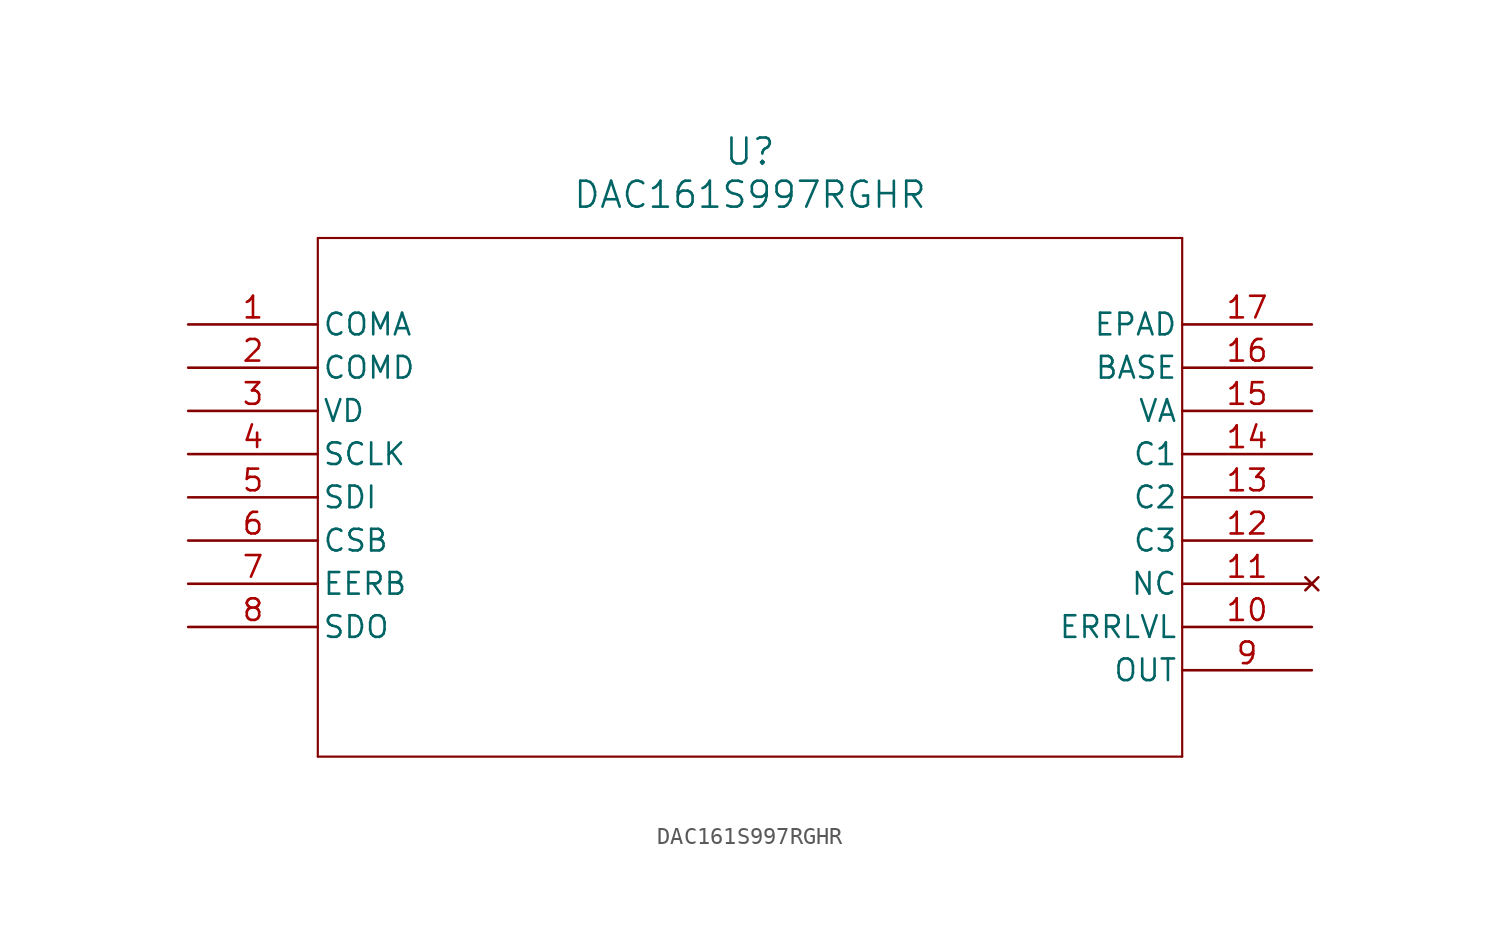
<source format=kicad_sym>
(kicad_symbol_lib
  (version 20211014)
  (generator kicad_symbol_editor)
  (symbol "DAC161S997RGHR"
    (pin_names
      (offset 0.254))
    (property "Reference" "U"
      (at 33.02 10.16 0)
      (effects (font (size 1.524 1.524))))
    (property "Value" "DAC161S997RGHR"
      (at 33.02 7.62 0)
      (effects (font (size 1.524 1.524))))
    (symbol "DAC161S997RGHR_0_1"
      (polyline (pts (xy 7.62 5.08) (xy 7.62 -25.4)) (stroke (width 0.127) (type default) (color 0 0 0 0)) (fill (type none)))
      (polyline (pts (xy 7.62 -25.4) (xy 58.42 -25.4)) (stroke (width 0.127) (type default) (color 0 0 0 0)) (fill (type none)))
      (polyline (pts (xy 58.42 -25.4) (xy 58.42 5.08)) (stroke (width 0.127) (type default) (color 0 0 0 0)) (fill (type none)))
      (polyline (pts (xy 58.42 5.08) (xy 7.62 5.08)) (stroke (width 0.127) (type default) (color 0 0 0 0)) (fill (type none)))
      (pin power_in line (at 0 0 0) (length 7.62) (name "COMA" (effects (font (size 1.27 1.27)))) (number "1" (effects (font (size 1.27 1.27)))))
      (pin power_in line (at 0 -2.54 0) (length 7.62) (name "COMD" (effects (font (size 1.27 1.27)))) (number "2" (effects (font (size 1.27 1.27)))))
      (pin power_in line (at 0 -5.08 0) (length 7.62) (name "VD" (effects (font (size 1.27 1.27)))) (number "3" (effects (font (size 1.27 1.27)))))
      (pin input line (at 0 -7.62 0) (length 7.62) (name "SCLK" (effects (font (size 1.27 1.27)))) (number "4" (effects (font (size 1.27 1.27)))))
      (pin input line (at 0 -10.16 0) (length 7.62) (name "SDI" (effects (font (size 1.27 1.27)))) (number "5" (effects (font (size 1.27 1.27)))))
      (pin input line (at 0 -12.7 0) (length 7.62) (name "CSB" (effects (font (size 1.27 1.27)))) (number "6" (effects (font (size 1.27 1.27)))))
      (pin output line (at 0 -15.24 0) (length 7.62) (name "EERB" (effects (font (size 1.27 1.27)))) (number "7" (effects (font (size 1.27 1.27)))))
      (pin output line (at 0 -17.78 0) (length 7.62) (name "SDO" (effects (font (size 1.27 1.27)))) (number "8" (effects (font (size 1.27 1.27)))))
      (pin output line (at 66.04 -20.32 180) (length 7.62) (name "OUT" (effects (font (size 1.27 1.27)))) (number "9" (effects (font (size 1.27 1.27)))))
      (pin input line (at 66.04 -17.78 180) (length 7.62) (name "ERRLVL" (effects (font (size 1.27 1.27)))) (number "10" (effects (font (size 1.27 1.27)))))
      (pin no_connect line (at 66.04 -15.24 180) (length 7.62) (name "NC" (effects (font (size 1.27 1.27)))) (number "11" (effects (font (size 1.27 1.27)))))
      (pin unspecified line (at 66.04 -12.7 180) (length 7.62) (name "C3" (effects (font (size 1.27 1.27)))) (number "12" (effects (font (size 1.27 1.27)))))
      (pin unspecified line (at 66.04 -10.16 180) (length 7.62) (name "C2" (effects (font (size 1.27 1.27)))) (number "13" (effects (font (size 1.27 1.27)))))
      (pin unspecified line (at 66.04 -7.62 180) (length 7.62) (name "C1" (effects (font (size 1.27 1.27)))) (number "14" (effects (font (size 1.27 1.27)))))
      (pin power_in line (at 66.04 -5.08 180) (length 7.62) (name "VA" (effects (font (size 1.27 1.27)))) (number "15" (effects (font (size 1.27 1.27)))))
      (pin unspecified line (at 66.04 -2.54 180) (length 7.62) (name "BASE" (effects (font (size 1.27 1.27)))) (number "16" (effects (font (size 1.27 1.27)))))
      (pin unspecified line (at 66.04 0 180) (length 7.62) (name "EPAD" (effects (font (size 1.27 1.27)))) (number "17" (effects (font (size 1.27 1.27))))))))
</source>
